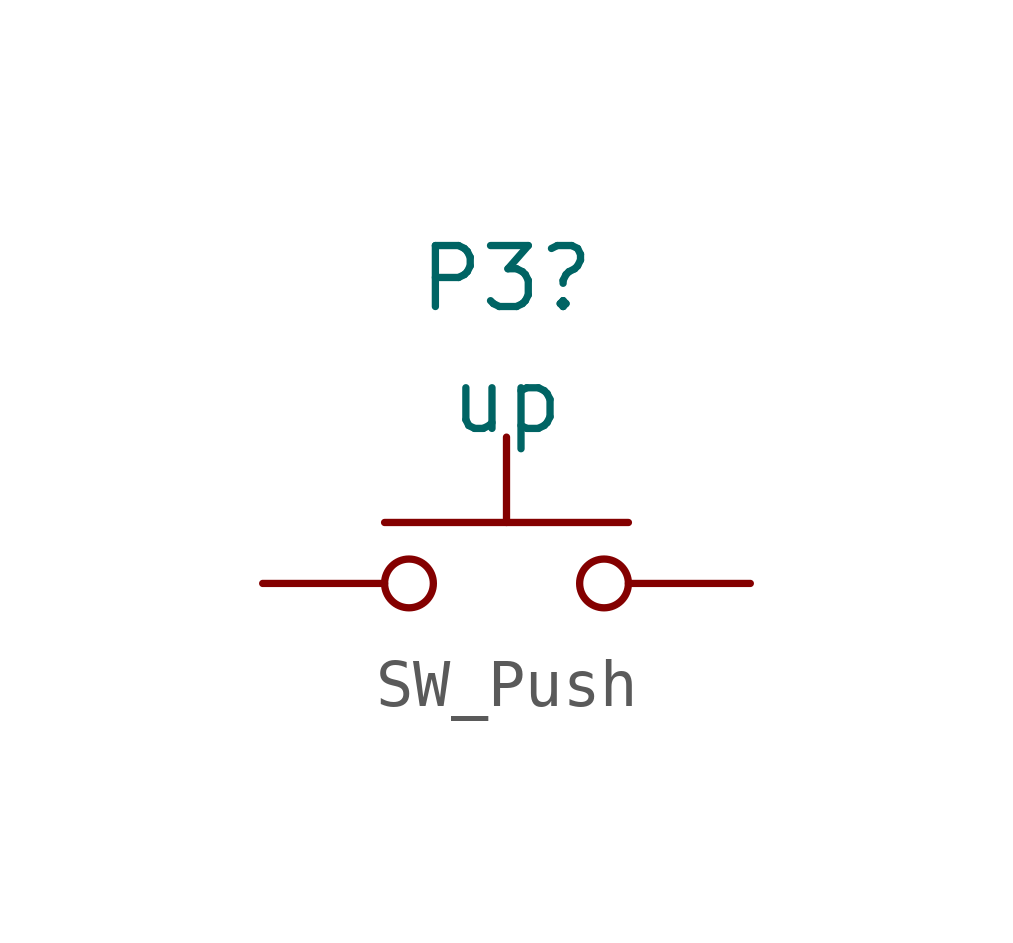
<source format=kicad_sym>
(kicad_symbol_lib
  (version 20220914)
  (generator kicad_symbol_editor)
  (symbol "SW_Push"
    (pin_numbers hide)
    (pin_names
      (offset 1.016) hide)
    (property "Reference" "P3"
      (at 0 6.35 0)
      (effects (font (size 1.27 1.27))))
    (property "Value" "up"
      (at 0 3.81 0)
      (effects (font (size 1.27 1.27))))
    (symbol "SW_Push_0_1"
      (circle (center -2.032 0) (radius 0.508) (stroke (width 0) (type default)) (fill (type none)))
      (polyline (pts (xy 0 1.27) (xy 0 3.048)) (stroke (width 0) (type default)) (fill (type none)))
      (polyline (pts (xy 2.54 1.27) (xy -2.54 1.27)) (stroke (width 0) (type default)) (fill (type none)))
      (circle (center 2.032 0) (radius 0.508) (stroke (width 0) (type default)) (fill (type none)))
      (pin passive line (at -5.08 0 0) (length 2.54) (name "1" (effects (font (size 1.27 1.27)))) (number "1" (effects (font (size 1.27 1.27)))))
      (pin passive line (at 5.08 0 180) (length 2.54) (name "2" (effects (font (size 1.27 1.27)))) (number "2" (effects (font (size 1.27 1.27))))))))
</source>
